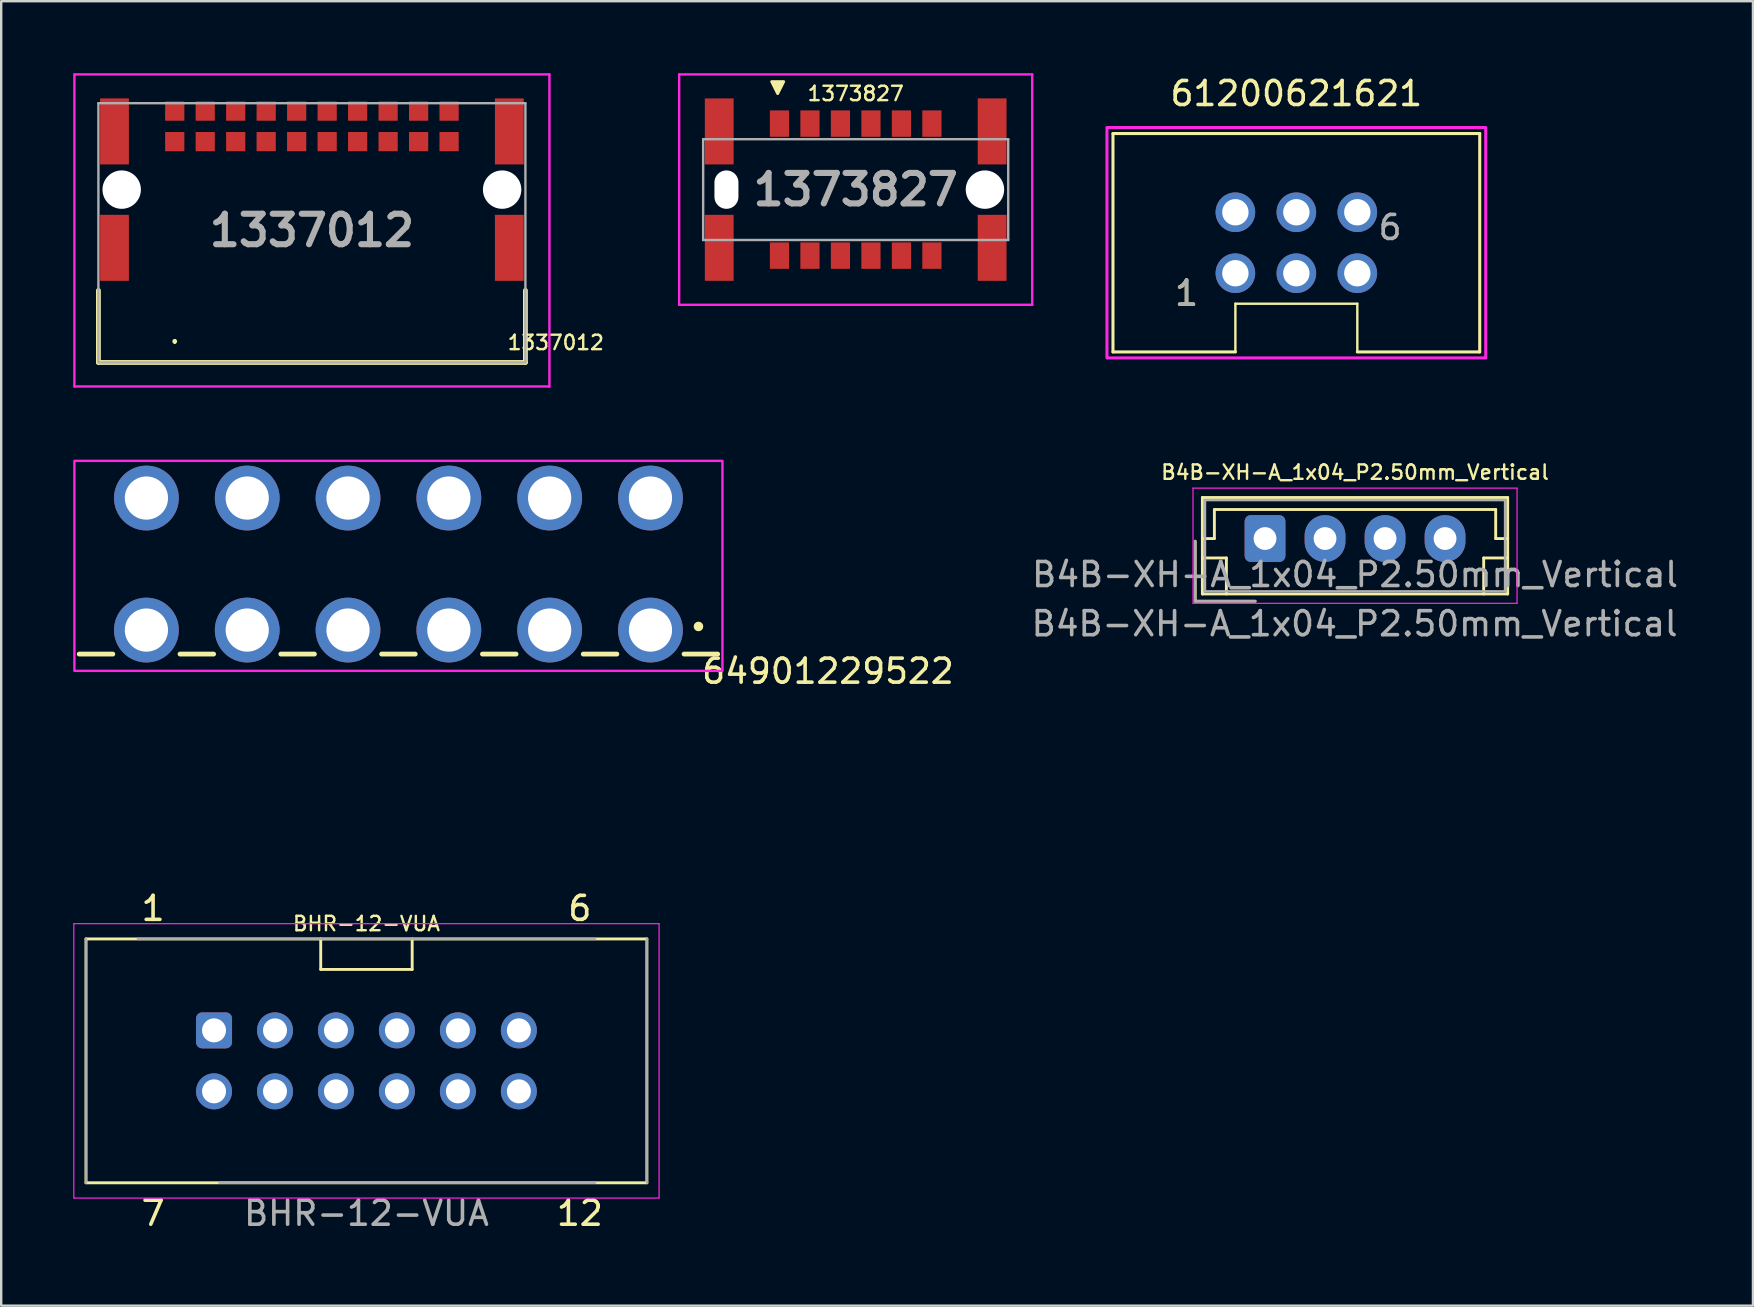
<source format=kicad_pcb>
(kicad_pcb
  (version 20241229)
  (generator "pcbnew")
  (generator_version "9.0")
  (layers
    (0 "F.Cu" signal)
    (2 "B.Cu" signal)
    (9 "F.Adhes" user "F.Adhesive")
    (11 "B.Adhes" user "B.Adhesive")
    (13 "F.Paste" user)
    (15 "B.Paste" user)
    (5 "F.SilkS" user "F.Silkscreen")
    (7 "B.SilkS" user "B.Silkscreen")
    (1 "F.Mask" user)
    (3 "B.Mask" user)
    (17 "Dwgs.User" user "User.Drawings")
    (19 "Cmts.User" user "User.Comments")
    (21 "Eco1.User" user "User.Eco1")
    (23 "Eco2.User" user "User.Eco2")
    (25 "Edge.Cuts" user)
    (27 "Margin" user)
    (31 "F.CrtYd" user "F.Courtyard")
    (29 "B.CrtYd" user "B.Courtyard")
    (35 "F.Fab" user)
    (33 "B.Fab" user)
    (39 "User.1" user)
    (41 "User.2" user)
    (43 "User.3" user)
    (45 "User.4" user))
  (footprint "1337012"
    (layer "F.Cu")
    (at 9.945 6.65)
    (property "Reference" "1337012" (at 10.16 4.572 0) (layer "F.SilkS") (effects (font (size 0.6 0.6) (thickness 0.1) (bold yes))))
    (attr through_hole)
    (fp_line (start -8.895 2.4) (end -8.895 5.4) (stroke (width 0.2) (type solid)) (layer "F.SilkS"))
    (fp_line (start -8.895 5.4) (end 8.895 5.4) (stroke (width 0.2) (type solid)) (layer "F.SilkS"))
    (fp_line (start -5.715 4.472) (end -5.715 4.472) (stroke (width 0.1) (type solid)) (layer "F.SilkS"))
    (fp_line (start -5.715 4.572) (end -5.715 4.572) (stroke (width 0.1) (type solid)) (layer "F.SilkS"))
    (fp_line (start 8.895 5.4) (end 8.895 2.4) (stroke (width 0.2) (type solid)) (layer "F.SilkS"))
    (fp_arc (start -5.715 4.472) (mid -5.665 4.522) (end -5.715 4.572) (stroke (width 0.1) (type solid)) (layer "F.SilkS"))
    (fp_arc (start -5.715 4.572) (mid -5.765 4.522) (end -5.715 4.472) (stroke (width 0.1) (type solid)) (layer "F.SilkS"))
    (fp_line (start -9.895 -6.6) (end 9.895 -6.6) (stroke (width 0.1) (type solid)) (layer "F.CrtYd"))
    (fp_line (start -9.895 6.4) (end -9.895 -6.6) (stroke (width 0.1) (type solid)) (layer "F.CrtYd"))
    (fp_line (start 9.895 -6.6) (end 9.895 6.4) (stroke (width 0.1) (type solid)) (layer "F.CrtYd"))
    (fp_line (start 9.895 6.4) (end -9.895 6.4) (stroke (width 0.1) (type solid)) (layer "F.CrtYd"))
    (fp_line (start -8.895 -5.4) (end 8.895 -5.4) (stroke (width 0.1) (type solid)) (layer "F.Fab"))
    (fp_line (start -8.895 5.4) (end -8.895 -5.4) (stroke (width 0.1) (type solid)) (layer "F.Fab"))
    (fp_line (start 8.895 -5.4) (end 8.895 5.4) (stroke (width 0.1) (type solid)) (layer "F.Fab"))
    (fp_line (start 8.895 5.4) (end -8.895 5.4) (stroke (width 0.1) (type solid)) (layer "F.Fab"))
    (fp_text user "${REFERENCE}" (at 0 -0.1 0) (layer "F.Fab") (effects (font (size 1.27 1.27) (thickness 0.254))))
    (pad "" np_thru_hole circle (at -7.925 -1.8) (size 1.6 1.6) (drill 1.6) (layers "*.Cu" "*.Mask"))
    (pad "" np_thru_hole circle (at 7.925 -1.8) (size 1.6 1.6) (drill 1.6) (layers "*.Cu" "*.Mask"))
    (pad "A1" smd rect (at -5.715 -3.8 90) (size 0.8 0.8) (layers "F.Cu" "F.Mask" "F.Paste"))
    (pad "A2" smd rect (at -4.445 -3.8 90) (size 0.8 0.8) (layers "F.Cu" "F.Mask" "F.Paste"))
    (pad "A3" smd rect (at -3.175 -3.8 90) (size 0.8 0.8) (layers "F.Cu" "F.Mask" "F.Paste"))
    (pad "A4" smd rect (at -1.905 -3.8 90) (size 0.8 0.8) (layers "F.Cu" "F.Mask" "F.Paste"))
    (pad "A5" smd rect (at -0.635 -3.8 90) (size 0.8 0.8) (layers "F.Cu" "F.Mask" "F.Paste"))
    (pad "A6" smd rect (at 0.635 -3.8 90) (size 0.8 0.8) (layers "F.Cu" "F.Mask" "F.Paste"))
    (pad "A7" smd rect (at 1.905 -3.8 90) (size 0.8 0.8) (layers "F.Cu" "F.Mask" "F.Paste"))
    (pad "A8" smd rect (at 3.175 -3.8 90) (size 0.8 0.8) (layers "F.Cu" "F.Mask" "F.Paste"))
    (pad "A9" smd rect (at 4.445 -3.8 90) (size 0.8 0.8) (layers "F.Cu" "F.Mask" "F.Paste"))
    (pad "A10" smd rect (at 5.715 -3.8 90) (size 0.8 0.8) (layers "F.Cu" "F.Mask" "F.Paste"))
    (pad "B1" smd rect (at -5.715 -5.07 90) (size 0.8 0.8) (layers "F.Cu" "F.Mask" "F.Paste"))
    (pad "B2" smd rect (at -4.445 -5.07 90) (size 0.8 0.8) (layers "F.Cu" "F.Mask" "F.Paste"))
    (pad "B3" smd rect (at -3.175 -5.07 90) (size 0.8 0.8) (layers "F.Cu" "F.Mask" "F.Paste"))
    (pad "B4" smd rect (at -1.905 -5.07 90) (size 0.8 0.8) (layers "F.Cu" "F.Mask" "F.Paste"))
    (pad "B5" smd rect (at -0.635 -5.07 90) (size 0.8 0.8) (layers "F.Cu" "F.Mask" "F.Paste"))
    (pad "B6" smd rect (at 0.635 -5.07 90) (size 0.8 0.8) (layers "F.Cu" "F.Mask" "F.Paste"))
    (pad "B7" smd rect (at 1.905 -5.07 90) (size 0.8 0.8) (layers "F.Cu" "F.Mask" "F.Paste"))
    (pad "B8" smd rect (at 3.175 -5.07 90) (size 0.8 0.8) (layers "F.Cu" "F.Mask" "F.Paste"))
    (pad "B9" smd rect (at 4.445 -5.07 90) (size 0.8 0.8) (layers "F.Cu" "F.Mask" "F.Paste"))
    (pad "B10" smd rect (at 5.715 -5.07 90) (size 0.8 0.8) (layers "F.Cu" "F.Mask" "F.Paste"))
    (pad "MP1" smd rect (at -8.225 0.625) (size 1.2 2.75) (layers "F.Cu" "F.Mask" "F.Paste"))
    (pad "MP2" smd rect (at 8.225 0.625) (size 1.2 2.75) (layers "F.Cu" "F.Mask" "F.Paste"))
    (pad "MP3" smd rect (at -8.225 -4.225) (size 1.2 2.75) (layers "F.Cu" "F.Mask" "F.Paste"))
    (pad "MP4" smd rect (at 8.225 -4.225) (size 1.2 2.75) (layers "F.Cu" "F.Mask" "F.Paste")))
  (footprint "64901229522"
    (layer "F.Cu")
    (at 13.55 30.7)
    (property "Reference" "64901229522" (at 17.895 -5.785 0) (layer "F.SilkS") (effects (font (size 1 1) (thickness 0.15))))
    (attr through_hole)
    (fp_line (start -11.9 -6.5) (end -13.3 -6.5) (stroke (width 0.2) (type solid)) (layer "F.SilkS"))
    (fp_line (start -9.1 -6.5) (end -7.7 -6.5) (stroke (width 0.2) (type solid)) (layer "F.SilkS"))
    (fp_line (start -4.9 -6.5) (end -3.5 -6.5) (stroke (width 0.2) (type solid)) (layer "F.SilkS"))
    (fp_line (start -0.7 -6.5) (end 0.7 -6.5) (stroke (width 0.2) (type solid)) (layer "F.SilkS"))
    (fp_line (start 3.5 -6.5) (end 4.9 -6.5) (stroke (width 0.2) (type solid)) (layer "F.SilkS"))
    (fp_line (start 7.7 -6.5) (end 9.1 -6.5) (stroke (width 0.2) (type solid)) (layer "F.SilkS"))
    (fp_line (start 13.3 -6.5) (end 11.9 -6.5) (stroke (width 0.2) (type solid)) (layer "F.SilkS"))
    (fp_circle (center 12.5 -7.65) (end 12.6 -7.65) (stroke (width 0.2) (type solid)) (fill no) (layer "F.SilkS"))
    (fp_poly (pts (xy -13.5 -14.55) (xy 13.5 -14.55) (xy 13.5 -5.8) (xy -13.5 -5.8)) (stroke (width 0.1) (type solid)) (fill no) (layer "F.CrtYd"))
    (pad "1" thru_hole circle (at 10.5 -7.5) (size 2.7 2.7) (drill 1.8) (layers "*.Cu" "*.Mask"))
    (pad "2" thru_hole circle (at 6.3 -7.5) (size 2.7 2.7) (drill 1.8) (layers "*.Cu" "*.Mask"))
    (pad "3" thru_hole circle (at 2.1 -7.5) (size 2.7 2.7) (drill 1.8) (layers "*.Cu" "*.Mask"))
    (pad "4" thru_hole circle (at -2.1 -7.5) (size 2.7 2.7) (drill 1.8) (layers "*.Cu" "*.Mask"))
    (pad "5" thru_hole circle (at -6.3 -7.5) (size 2.7 2.7) (drill 1.8) (layers "*.Cu" "*.Mask"))
    (pad "6" thru_hole circle (at -10.5 -7.5) (size 2.7 2.7) (drill 1.8) (layers "*.Cu" "*.Mask"))
    (pad "7" thru_hole circle (at 10.5 -13) (size 2.7 2.7) (drill 1.8) (layers "*.Cu" "*.Mask"))
    (pad "8" thru_hole circle (at 6.3 -13) (size 2.7 2.7) (drill 1.8) (layers "*.Cu" "*.Mask"))
    (pad "9" thru_hole circle (at 2.1 -13) (size 2.7 2.7) (drill 1.8) (layers "*.Cu" "*.Mask"))
    (pad "10" thru_hole circle (at -2.1 -13) (size 2.7 2.7) (drill 1.8) (layers "*.Cu" "*.Mask"))
    (pad "11" thru_hole circle (at -6.3 -13) (size 2.7 2.7) (drill 1.8) (layers "*.Cu" "*.Mask"))
    (pad "12" thru_hole circle (at -10.5 -13) (size 2.7 2.7) (drill 1.8) (layers "*.Cu" "*.Mask")))
  (footprint "61200621621"
    (layer "F.Cu")
    (at 50.959 7.063)
    (property "Reference" "61200621621" (at 0 -6.215 0) (layer "F.SilkS") (effects (font (size 1 1) (thickness 0.15))))
    (attr through_hole)
    (fp_line (start -7.64 -4.55) (end 7.64 -4.55) (stroke (width 0.127) (type solid)) (layer "F.SilkS"))
    (fp_line (start -7.64 4.55) (end -7.64 -4.55) (stroke (width 0.127) (type solid)) (layer "F.SilkS"))
    (fp_line (start -2.54 2.54) (end 2.54 2.54) (stroke (width 0.1) (type default)) (layer "F.SilkS"))
    (fp_line (start -2.54 4.55) (end -7.64 4.55) (stroke (width 0.127) (type solid)) (layer "F.SilkS"))
    (fp_line (start -2.54 4.55) (end -2.54 2.54) (stroke (width 0.1) (type default)) (layer "F.SilkS"))
    (fp_line (start 2.54 2.54) (end 2.54 4.55) (stroke (width 0.1) (type default)) (layer "F.SilkS"))
    (fp_line (start 7.64 -4.55) (end 7.64 4.55) (stroke (width 0.127) (type solid)) (layer "F.SilkS"))
    (fp_line (start 7.64 4.55) (end 2.54 4.55) (stroke (width 0.127) (type solid)) (layer "F.SilkS"))
    (fp_poly (pts (xy -7.89 -4.8) (xy 7.89 -4.8) (xy 7.89 4.8) (xy -7.89 4.8)) (stroke (width 0.127) (type solid)) (fill no) (layer "F.CrtYd"))
    (fp_text user "1" (at -4.575 2.105 0) (layer "F.SilkS") (effects (font (size 1 1) (thickness 0.15))))
    (fp_text user "6" (at 3.905 -0.635 0) (layer "F.Fab") (effects (font (size 1 1) (thickness 0.15))))
    (fp_text user "1" (at -4.575 2.105 0) (layer "F.Fab") (effects (font (size 1 1) (thickness 0.15))))
    (pad "1" thru_hole circle (at -2.54 1.27) (size 1.65 1.65) (drill 1.1) (layers "*.Cu" "*.Mask"))
    (pad "2" thru_hole circle (at -2.54 -1.27) (size 1.65 1.65) (drill 1.1) (layers "*.Cu" "*.Mask"))
    (pad "3" thru_hole circle (at 0 1.27) (size 1.65 1.65) (drill 1.1) (layers "*.Cu" "*.Mask"))
    (pad "4" thru_hole circle (at 0 -1.27) (size 1.65 1.65) (drill 1.1) (layers "*.Cu" "*.Mask"))
    (pad "5" thru_hole circle (at 2.54 1.27) (size 1.65 1.65) (drill 1.1) (layers "*.Cu" "*.Mask"))
    (pad "6" thru_hole circle (at 2.54 -1.27) (size 1.65 1.65) (drill 1.1) (layers "*.Cu" "*.Mask")))
  (footprint "BHR-12-VUA"
    (layer "F.Cu")
    (at 12.217 41.148)
    (property "Reference" "BHR-12-VUA" (at 0 -5.715 0) (layer "F.SilkS") (effects (font (size 0.6 0.6) (thickness 0.1))))
    (attr through_hole)
    (fp_line (start -11.684 -5.08) (end 11.684 -5.08) (stroke (width 0.12) (type default)) (layer "F.SilkS"))
    (fp_line (start -11.684 5.08) (end -11.684 -5.08) (stroke (width 0.12) (type default)) (layer "F.SilkS"))
    (fp_line (start -11.684 5.08) (end 11.684 5.08) (stroke (width 0.12) (type default)) (layer "F.SilkS"))
    (fp_line (start -1.905 -5.08) (end -1.905 -3.81) (stroke (width 0.12) (type default)) (layer "F.SilkS"))
    (fp_line (start -1.905 -3.81) (end 1.905 -3.81) (stroke (width 0.12) (type default)) (layer "F.SilkS"))
    (fp_line (start 1.905 -3.81) (end 1.905 -5.08) (stroke (width 0.12) (type default)) (layer "F.SilkS"))
    (fp_line (start 11.684 5.08) (end 11.684 -5.08) (stroke (width 0.12) (type default)) (layer "F.SilkS"))
    (fp_line (start -12.192 -5.715) (end 12.192 -5.715) (stroke (width 0.05) (type solid)) (layer "F.CrtYd"))
    (fp_line (start -12.192 5.715) (end -12.192 -5.715) (stroke (width 0.05) (type solid)) (layer "F.CrtYd"))
    (fp_line (start 12.192 -5.715) (end 12.192 5.715) (stroke (width 0.05) (type solid)) (layer "F.CrtYd"))
    (fp_line (start 12.192 5.715) (end -12.192 5.715) (stroke (width 0.05) (type solid)) (layer "F.CrtYd"))
    (fp_line (start -11.684 -5.08) (end -11.684 5.08) (stroke (width 0.1) (type solid)) (layer "F.Fab"))
    (fp_line (start -6.125 5.08) (end 9.525 5.08) (stroke (width 0.1) (type solid)) (layer "F.Fab"))
    (fp_line (start 9.525 -5.08) (end -9.525 -5.08) (stroke (width 0.1) (type solid)) (layer "F.Fab"))
    (fp_line (start 11.684 5.08) (end 11.684 -5.08) (stroke (width 0.1) (type solid)) (layer "F.Fab"))
    (fp_text user "6" (at 8.89 -6.35 0) (unlocked yes) (layer "F.SilkS") (effects (font (size 1 1) (thickness 0.15))))
    (fp_text user "12" (at 8.89 6.35 0) (unlocked yes) (layer "F.SilkS") (effects (font (size 1 1) (thickness 0.15))))
    (fp_text user "1" (at -8.89 -6.35 0) (unlocked yes) (layer "F.SilkS") (effects (font (size 1 1) (thickness 0.15))))
    (fp_text user "7" (at -8.89 6.35 0) (unlocked yes) (layer "F.SilkS") (effects (font (size 1 1) (thickness 0.15))))
    (fp_text user "${REFERENCE}" (at 0 6.35 0) (layer "F.Fab") (effects (font (size 1 1) (thickness 0.15))))
    (pad "1" thru_hole roundrect (at -6.35 -1.27) (size 1.5 1.5) (drill 1) (layers "*.Cu" "*.Mask") (roundrect_rratio 0.167))
    (pad "2" thru_hole circle (at -3.81 -1.27) (size 1.5 1.5) (drill 1) (layers "*.Cu" "*.Mask"))
    (pad "3" thru_hole circle (at -1.27 -1.27) (size 1.5 1.5) (drill 1) (layers "*.Cu" "*.Mask"))
    (pad "4" thru_hole circle (at 1.27 -1.27) (size 1.5 1.5) (drill 1) (layers "*.Cu" "*.Mask"))
    (pad "5" thru_hole circle (at 3.81 -1.27) (size 1.5 1.5) (drill 1) (layers "*.Cu" "*.Mask"))
    (pad "6" thru_hole circle (at 6.35 -1.27) (size 1.5 1.5) (drill 1) (layers "*.Cu" "*.Mask"))
    (pad "7" thru_hole circle (at -6.35 1.27) (size 1.5 1.5) (drill 1) (layers "*.Cu" "*.Mask"))
    (pad "8" thru_hole circle (at -3.81 1.27) (size 1.5 1.5) (drill 1) (layers "*.Cu" "*.Mask"))
    (pad "9" thru_hole circle (at -1.27 1.27) (size 1.5 1.5) (drill 1) (layers "*.Cu" "*.Mask"))
    (pad "10" thru_hole circle (at 1.27 1.27) (size 1.5 1.5) (drill 1) (layers "*.Cu" "*.Mask"))
    (pad "11" thru_hole circle (at 3.81 1.27) (size 1.5 1.5) (drill 1) (layers "*.Cu" "*.Mask"))
    (pad "12" thru_hole circle (at 6.35 1.27) (size 1.5 1.5) (drill 1) (layers "*.Cu" "*.Mask")))
  (footprint "1373827"
    (layer "F.Cu")
    (at 32.6 4.85)
    (property "Reference" "1373827" (at 0 -4 0) (layer "F.SilkS") (effects (font (size 0.6 0.6) (thickness 0.1) (bold yes))))
    (attr through_hole)
    (fp_poly (pts (xy -3.25 -4) (xy -3.5 -4.5) (xy -3 -4.5)) (stroke (width 0.12) (type solid)) (fill yes) (layer "F.SilkS"))
    (fp_line (start -7.355 -4.8) (end 7.355 -4.8) (stroke (width 0.1) (type solid)) (layer "F.CrtYd"))
    (fp_line (start -7.355 4.8) (end -7.355 -4.8) (stroke (width 0.1) (type solid)) (layer "F.CrtYd"))
    (fp_line (start 7.355 -4.8) (end 7.355 4.8) (stroke (width 0.1) (type solid)) (layer "F.CrtYd"))
    (fp_line (start 7.355 4.8) (end -7.355 4.8) (stroke (width 0.1) (type solid)) (layer "F.CrtYd"))
    (fp_line (start -6.355 -2.1) (end 6.355 -2.1) (stroke (width 0.1) (type solid)) (layer "F.Fab"))
    (fp_line (start -6.355 2.1) (end -6.355 -2.1) (stroke (width 0.1) (type solid)) (layer "F.Fab"))
    (fp_line (start 6.355 -2.1) (end 6.355 2.1) (stroke (width 0.1) (type solid)) (layer "F.Fab"))
    (fp_line (start 6.355 2.1) (end -6.355 2.1) (stroke (width 0.1) (type solid)) (layer "F.Fab"))
    (fp_text user "${REFERENCE}" (at 0 0 0) (layer "F.Fab") (effects (font (size 1.27 1.27) (thickness 0.254))))
    (pad "" np_thru_hole oval (at -5.385 0) (size 1 1.6) (drill oval 1 1.6) (layers "*.Cu" "*.Mask"))
    (pad "" np_thru_hole circle (at 5.385 0) (size 1.6 1.6) (drill 1.6) (layers "*.Cu" "*.Mask"))
    (pad "A1" smd rect (at -3.175 -2.75) (size 0.8 1.1) (layers "F.Cu" "F.Mask" "F.Paste"))
    (pad "A2" smd rect (at -1.905 -2.75) (size 0.8 1.1) (layers "F.Cu" "F.Mask" "F.Paste"))
    (pad "A3" smd rect (at -0.635 -2.75) (size 0.8 1.1) (layers "F.Cu" "F.Mask" "F.Paste"))
    (pad "A4" smd rect (at 0.635 -2.75) (size 0.8 1.1) (layers "F.Cu" "F.Mask" "F.Paste"))
    (pad "A5" smd rect (at 1.905 -2.75) (size 0.8 1.1) (layers "F.Cu" "F.Mask" "F.Paste"))
    (pad "A6" smd rect (at 3.175 -2.75) (size 0.8 1.1) (layers "F.Cu" "F.Mask" "F.Paste"))
    (pad "B1" smd rect (at -3.175 2.75) (size 0.8 1.1) (layers "F.Cu" "F.Mask" "F.Paste"))
    (pad "B2" smd rect (at -1.905 2.75) (size 0.8 1.1) (layers "F.Cu" "F.Mask" "F.Paste"))
    (pad "B3" smd rect (at -0.635 2.75) (size 0.8 1.1) (layers "F.Cu" "F.Mask" "F.Paste"))
    (pad "B4" smd rect (at 0.635 2.75) (size 0.8 1.1) (layers "F.Cu" "F.Mask" "F.Paste"))
    (pad "B5" smd rect (at 1.905 2.75) (size 0.8 1.1) (layers "F.Cu" "F.Mask" "F.Paste"))
    (pad "B6" smd rect (at 3.175 2.75) (size 0.8 1.1) (layers "F.Cu" "F.Mask" "F.Paste"))
    (pad "MP1" smd rect (at -5.685 -2.425) (size 1.2 2.75) (layers "F.Cu" "F.Mask" "F.Paste"))
    (pad "MP2" smd rect (at -5.685 2.425) (size 1.2 2.75) (layers "F.Cu" "F.Mask" "F.Paste"))
    (pad "MP3" smd rect (at 5.685 2.425) (size 1.2 2.75) (layers "F.Cu" "F.Mask" "F.Paste"))
    (pad "MP4" smd rect (at 5.685 -2.425) (size 1.2 2.75) (layers "F.Cu" "F.Mask" "F.Paste")))
  (footprint "B4B-XH-A_1x04_P2.50mm_Vertical"
    (layer "F.Cu")
    (at 53.385 20.436)
    (property "Reference" "B4B-XH-A_1x04_P2.50mm_Vertical" (at 0.019 -3.81 0) (unlocked yes) (layer "F.SilkS") (effects (font (size 0.6 0.6) (thickness 0.1))))
    (attr through_hole)
    (fp_line (start -6.641 -0.939) (end -6.641 1.561) (stroke (width 0.12) (type solid)) (layer "F.SilkS"))
    (fp_line (start -6.641 1.561) (end -4.141 1.561) (stroke (width 0.12) (type solid)) (layer "F.SilkS"))
    (fp_line (start -6.341 -2.759) (end -6.341 1.261) (stroke (width 0.12) (type solid)) (layer "F.SilkS"))
    (fp_line (start -6.341 -1.049) (end -5.841 -1.049) (stroke (width 0.12) (type solid)) (layer "F.SilkS"))
    (fp_line (start -6.341 -0.239) (end -5.341 -0.239) (stroke (width 0.12) (type solid)) (layer "F.SilkS"))
    (fp_line (start -6.341 1.261) (end 6.379 1.261) (stroke (width 0.12) (type solid)) (layer "F.SilkS"))
    (fp_line (start -5.841 -2.259) (end 5.879 -2.259) (stroke (width 0.12) (type solid)) (layer "F.SilkS"))
    (fp_line (start -5.841 -1.049) (end -5.841 -2.259) (stroke (width 0.12) (type solid)) (layer "F.SilkS"))
    (fp_line (start -5.341 -0.239) (end -5.341 1.261) (stroke (width 0.12) (type solid)) (layer "F.SilkS"))
    (fp_line (start 5.379 -0.239) (end 5.379 1.261) (stroke (width 0.12) (type solid)) (layer "F.SilkS"))
    (fp_line (start 5.879 -2.259) (end 5.879 -1.049) (stroke (width 0.12) (type solid)) (layer "F.SilkS"))
    (fp_line (start 5.879 -1.049) (end 6.379 -1.049) (stroke (width 0.12) (type solid)) (layer "F.SilkS"))
    (fp_line (start 6.379 -2.759) (end -6.341 -2.759) (stroke (width 0.12) (type solid)) (layer "F.SilkS"))
    (fp_line (start 6.379 -0.239) (end 5.379 -0.239) (stroke (width 0.12) (type solid)) (layer "F.SilkS"))
    (fp_line (start 6.379 1.261) (end 6.379 -2.759) (stroke (width 0.12) (type solid)) (layer "F.SilkS"))
    (fp_line (start -6.731 -3.149) (end -6.731 1.651) (stroke (width 0.05) (type solid)) (layer "F.CrtYd"))
    (fp_line (start -6.731 1.651) (end 6.769 1.651) (stroke (width 0.05) (type solid)) (layer "F.CrtYd"))
    (fp_line (start 6.769 -3.149) (end -6.731 -3.149) (stroke (width 0.05) (type solid)) (layer "F.CrtYd"))
    (fp_line (start 6.769 1.651) (end 6.769 -3.149) (stroke (width 0.05) (type solid)) (layer "F.CrtYd"))
    (fp_line (start -6.641 -0.939) (end -6.641 1.561) (stroke (width 0.1) (type solid)) (layer "F.Fab"))
    (fp_line (start -6.641 1.561) (end -4.141 1.561) (stroke (width 0.1) (type solid)) (layer "F.Fab"))
    (fp_line (start -6.231 -2.649) (end -6.231 1.151) (stroke (width 0.1) (type solid)) (layer "F.Fab"))
    (fp_line (start -6.231 1.151) (end 6.269 1.151) (stroke (width 0.1) (type solid)) (layer "F.Fab"))
    (fp_line (start 6.269 -2.649) (end -6.231 -2.649) (stroke (width 0.1) (type solid)) (layer "F.Fab"))
    (fp_line (start 6.269 1.151) (end 6.269 -2.649) (stroke (width 0.1) (type solid)) (layer "F.Fab"))
    (fp_text user "${REFERENCE}" (at 0 2.5 0) (unlocked yes) (layer "F.Fab") (effects (font (size 1 1) (thickness 0.15))))
    (fp_text user "${REFERENCE}" (at 0.019 0.451 0) (layer "F.Fab") (effects (font (size 1 1) (thickness 0.15))))
    (pad "1" thru_hole roundrect (at -3.731 -1.049) (size 1.7 1.95) (drill 0.95) (layers "*.Cu" "*.Mask") (roundrect_rratio 0.147))
    (pad "2" thru_hole oval (at -1.231 -1.049) (size 1.7 1.95) (drill 0.95) (layers "*.Cu" "*.Mask"))
    (pad "3" thru_hole oval (at 1.269 -1.049) (size 1.7 1.95) (drill 0.95) (layers "*.Cu" "*.Mask"))
    (pad "4" thru_hole oval (at 3.769 -1.049) (size 1.7 1.95) (drill 0.95) (layers "*.Cu" "*.Mask")))
  (gr_rect
    (start -3 -3)
    (end 69.982 51.346)
    (stroke (width 0.1) (type default))
    (fill no)
    (layer "Edge.Cuts")))
</source>
